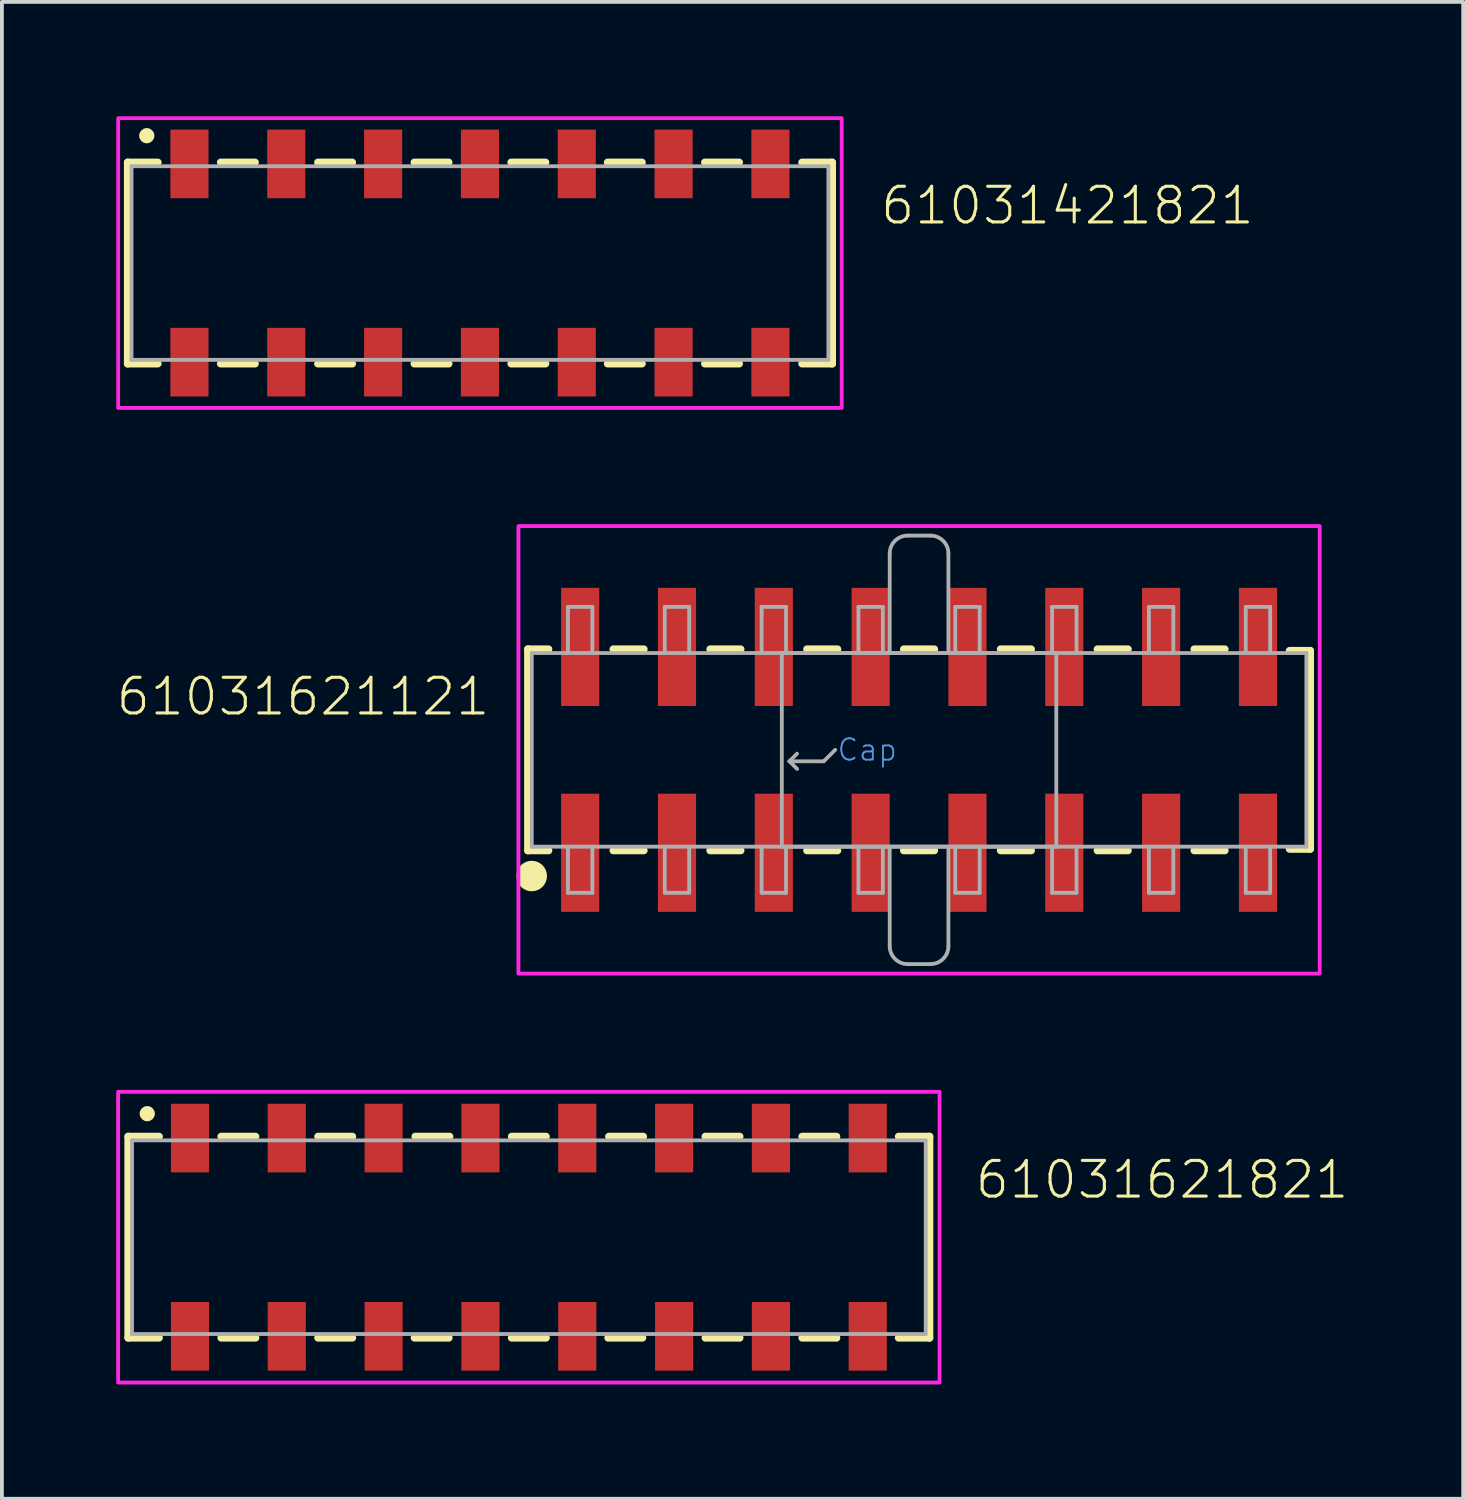
<source format=kicad_pcb>
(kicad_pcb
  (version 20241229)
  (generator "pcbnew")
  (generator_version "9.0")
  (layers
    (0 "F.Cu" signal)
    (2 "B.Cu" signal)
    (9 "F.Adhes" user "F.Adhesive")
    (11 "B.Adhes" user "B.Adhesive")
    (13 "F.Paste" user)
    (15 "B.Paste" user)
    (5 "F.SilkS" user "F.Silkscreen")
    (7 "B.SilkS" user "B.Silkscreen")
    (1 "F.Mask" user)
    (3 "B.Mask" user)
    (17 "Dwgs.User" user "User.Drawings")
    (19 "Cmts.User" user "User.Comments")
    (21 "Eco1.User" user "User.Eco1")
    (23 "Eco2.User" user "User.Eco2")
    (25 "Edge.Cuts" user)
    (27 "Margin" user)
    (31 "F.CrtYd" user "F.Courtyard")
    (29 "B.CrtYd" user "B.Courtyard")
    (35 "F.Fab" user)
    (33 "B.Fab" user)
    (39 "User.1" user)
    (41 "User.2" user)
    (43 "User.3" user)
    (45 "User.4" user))
  (footprint "61031421821"
    (layer "F.Cu")
    (at 9.54 3.85)
    (property "Reference" "61031421821" (at 10.46 -0.96 0) (unlocked yes) (layer "F.SilkS") (effects (font (size 0.935 0.935) (thickness 0.081)) (justify left bottom)))
    (fp_line (start -9.24 -2.64) (end -9.24 2.64) (stroke (width 0.2) (type solid)) (layer "F.SilkS"))
    (fp_line (start -8.45 -2.64) (end -9.24 -2.64) (stroke (width 0.2) (type solid)) (layer "F.SilkS"))
    (fp_line (start -8.45 2.64) (end -9.24 2.64) (stroke (width 0.2) (type solid)) (layer "F.SilkS"))
    (fp_line (start -6.8 -2.64) (end -5.9 -2.64) (stroke (width 0.2) (type solid)) (layer "F.SilkS"))
    (fp_line (start -5.9 2.64) (end -6.8 2.64) (stroke (width 0.2) (type solid)) (layer "F.SilkS"))
    (fp_line (start -4.25 -2.64) (end -3.35 -2.64) (stroke (width 0.2) (type solid)) (layer "F.SilkS"))
    (fp_line (start -4.25 2.64) (end -3.35 2.64) (stroke (width 0.2) (type solid)) (layer "F.SilkS"))
    (fp_line (start -1.72 -2.64) (end -0.82 -2.64) (stroke (width 0.2) (type solid)) (layer "F.SilkS"))
    (fp_line (start -1.72 2.64) (end -0.82 2.64) (stroke (width 0.2) (type solid)) (layer "F.SilkS"))
    (fp_line (start 1.72 -2.64) (end 0.82 -2.64) (stroke (width 0.2) (type solid)) (layer "F.SilkS"))
    (fp_line (start 1.72 2.64) (end 0.82 2.64) (stroke (width 0.2) (type solid)) (layer "F.SilkS"))
    (fp_line (start 4.25 -2.64) (end 3.35 -2.64) (stroke (width 0.2) (type solid)) (layer "F.SilkS"))
    (fp_line (start 4.25 2.64) (end 3.35 2.64) (stroke (width 0.2) (type solid)) (layer "F.SilkS"))
    (fp_line (start 5.9 -2.64) (end 6.8 -2.64) (stroke (width 0.2) (type solid)) (layer "F.SilkS"))
    (fp_line (start 6.8 2.64) (end 5.9 2.64) (stroke (width 0.2) (type solid)) (layer "F.SilkS"))
    (fp_line (start 8.45 -2.64) (end 9.24 -2.64) (stroke (width 0.2) (type solid)) (layer "F.SilkS"))
    (fp_line (start 8.45 2.64) (end 9.24 2.64) (stroke (width 0.2) (type solid)) (layer "F.SilkS"))
    (fp_line (start 9.24 2.64) (end 9.24 -2.64) (stroke (width 0.2) (type solid)) (layer "F.SilkS"))
    (fp_circle (center -8.74 -3.34) (end -8.64 -3.34) (stroke (width 0.2) (type solid)) (fill no) (layer "F.SilkS"))
    (fp_poly (pts (xy 9.49 3.8) (xy -9.49 3.8) (xy -9.49 -3.8) (xy 9.49 -3.8)) (stroke (width 0.1) (type default)) (fill no) (layer "F.CrtYd"))
    (fp_line (start -9.14 -2.54) (end -9.14 2.54) (stroke (width 0.1) (type solid)) (layer "F.Fab"))
    (fp_line (start -9.14 2.54) (end 9.14 2.54) (stroke (width 0.1) (type solid)) (layer "F.Fab"))
    (fp_line (start 9.14 -2.54) (end -9.14 -2.54) (stroke (width 0.1) (type solid)) (layer "F.Fab"))
    (fp_line (start 9.14 2.54) (end 9.14 -2.54) (stroke (width 0.1) (type solid)) (layer "F.Fab"))
    (pad "1" smd rect (at -7.62 -2.6) (size 1 1.8) (layers "F.Cu" "F.Mask" "F.Paste"))
    (pad "2" smd rect (at -7.62 2.6) (size 1 1.8) (layers "F.Cu" "F.Mask" "F.Paste"))
    (pad "3" smd rect (at -5.08 -2.6) (size 1 1.8) (layers "F.Cu" "F.Mask" "F.Paste"))
    (pad "4" smd rect (at -5.08 2.6) (size 1 1.8) (layers "F.Cu" "F.Mask" "F.Paste"))
    (pad "5" smd rect (at -2.54 -2.6) (size 1 1.8) (layers "F.Cu" "F.Mask" "F.Paste"))
    (pad "6" smd rect (at -2.54 2.6) (size 1 1.8) (layers "F.Cu" "F.Mask" "F.Paste"))
    (pad "7" smd rect (at 0 -2.6) (size 1 1.8) (layers "F.Cu" "F.Mask" "F.Paste"))
    (pad "8" smd rect (at 0 2.6) (size 1 1.8) (layers "F.Cu" "F.Mask" "F.Paste"))
    (pad "9" smd rect (at 2.54 -2.6) (size 1 1.8) (layers "F.Cu" "F.Mask" "F.Paste"))
    (pad "10" smd rect (at 2.54 2.6) (size 1 1.8) (layers "F.Cu" "F.Mask" "F.Paste"))
    (pad "11" smd rect (at 5.08 -2.6) (size 1 1.8) (layers "F.Cu" "F.Mask" "F.Paste"))
    (pad "12" smd rect (at 5.08 2.6) (size 1 1.8) (layers "F.Cu" "F.Mask" "F.Paste"))
    (pad "13" smd rect (at 7.62 -2.6) (size 1 1.8) (layers "F.Cu" "F.Mask" "F.Paste"))
    (pad "14" smd rect (at 7.62 2.6) (size 1 1.8) (layers "F.Cu" "F.Mask" "F.Paste")))
  (footprint "61031621821"
    (layer "F.Cu")
    (at 10.823 29.404)
    (property "Reference" "61031621821" (at 11.66 -0.96 0) (unlocked yes) (layer "F.SilkS") (effects (font (size 0.935 0.935) (thickness 0.081)) (justify left bottom)))
    (fp_line (start -10.51 -2.64) (end -10.51 2.64) (stroke (width 0.2) (type solid)) (layer "F.SilkS"))
    (fp_line (start -9.7 -2.64) (end -10.51 -2.64) (stroke (width 0.2) (type solid)) (layer "F.SilkS"))
    (fp_line (start -9.7 2.64) (end -10.51 2.64) (stroke (width 0.2) (type solid)) (layer "F.SilkS"))
    (fp_line (start -8.07 -2.64) (end -7.17 -2.64) (stroke (width 0.2) (type solid)) (layer "F.SilkS"))
    (fp_line (start -8.07 2.64) (end -7.17 2.64) (stroke (width 0.2) (type solid)) (layer "F.SilkS"))
    (fp_line (start -5.53 -2.64) (end -4.63 -2.64) (stroke (width 0.2) (type solid)) (layer "F.SilkS"))
    (fp_line (start -5.53 2.64) (end -4.63 2.64) (stroke (width 0.2) (type solid)) (layer "F.SilkS"))
    (fp_line (start -3 2.64) (end -2.1 2.64) (stroke (width 0.2) (type solid)) (layer "F.SilkS"))
    (fp_line (start -2.98 -2.64) (end -2.08 -2.64) (stroke (width 0.2) (type solid)) (layer "F.SilkS"))
    (fp_line (start -0.45 -2.64) (end 0.45 -2.64) (stroke (width 0.2) (type solid)) (layer "F.SilkS"))
    (fp_line (start 0.45 2.64) (end -0.45 2.64) (stroke (width 0.2) (type solid)) (layer "F.SilkS"))
    (fp_line (start 2.98 2.64) (end 2.08 2.64) (stroke (width 0.2) (type solid)) (layer "F.SilkS"))
    (fp_line (start 3 -2.64) (end 2.1 -2.64) (stroke (width 0.2) (type solid)) (layer "F.SilkS"))
    (fp_line (start 5.53 -2.64) (end 4.63 -2.64) (stroke (width 0.2) (type solid)) (layer "F.SilkS"))
    (fp_line (start 5.53 2.64) (end 4.63 2.64) (stroke (width 0.2) (type solid)) (layer "F.SilkS"))
    (fp_line (start 8.07 -2.64) (end 7.17 -2.64) (stroke (width 0.2) (type solid)) (layer "F.SilkS"))
    (fp_line (start 8.07 2.64) (end 7.17 2.64) (stroke (width 0.2) (type solid)) (layer "F.SilkS"))
    (fp_line (start 9.7 -2.64) (end 10.51 -2.64) (stroke (width 0.2) (type solid)) (layer "F.SilkS"))
    (fp_line (start 9.7 2.64) (end 10.51 2.64) (stroke (width 0.2) (type solid)) (layer "F.SilkS"))
    (fp_line (start 10.51 2.64) (end 10.51 -2.64) (stroke (width 0.2) (type solid)) (layer "F.SilkS"))
    (fp_circle (center -10.01 -3.24) (end -9.91 -3.24) (stroke (width 0.2) (type solid)) (fill no) (layer "F.SilkS"))
    (fp_poly (pts (xy 10.774 3.813) (xy -10.774 3.813) (xy -10.774 -3.813) (xy 10.774 -3.813)) (stroke (width 0.1) (type default)) (fill no) (layer "F.CrtYd"))
    (fp_line (start -10.41 -2.54) (end -10.41 2.54) (stroke (width 0.1) (type solid)) (layer "F.Fab"))
    (fp_line (start -10.41 2.54) (end 10.41 2.54) (stroke (width 0.1) (type solid)) (layer "F.Fab"))
    (fp_line (start 10.41 -2.54) (end -10.41 -2.54) (stroke (width 0.1) (type solid)) (layer "F.Fab"))
    (fp_line (start 10.41 2.54) (end 10.41 -2.54) (stroke (width 0.1) (type solid)) (layer "F.Fab"))
    (pad "1" smd rect (at -8.89 -2.6) (size 1 1.8) (layers "F.Cu" "F.Mask" "F.Paste"))
    (pad "2" smd rect (at -8.89 2.6) (size 1 1.8) (layers "F.Cu" "F.Mask" "F.Paste"))
    (pad "3" smd rect (at -6.35 -2.6) (size 1 1.8) (layers "F.Cu" "F.Mask" "F.Paste"))
    (pad "4" smd rect (at -6.35 2.6) (size 1 1.8) (layers "F.Cu" "F.Mask" "F.Paste"))
    (pad "5" smd rect (at -3.81 -2.6) (size 1 1.8) (layers "F.Cu" "F.Mask" "F.Paste"))
    (pad "6" smd rect (at -3.81 2.6) (size 1 1.8) (layers "F.Cu" "F.Mask" "F.Paste"))
    (pad "7" smd rect (at -1.27 -2.6) (size 1 1.8) (layers "F.Cu" "F.Mask" "F.Paste"))
    (pad "8" smd rect (at -1.27 2.6) (size 1 1.8) (layers "F.Cu" "F.Mask" "F.Paste"))
    (pad "9" smd rect (at 1.27 -2.6) (size 1 1.8) (layers "F.Cu" "F.Mask" "F.Paste"))
    (pad "10" smd rect (at 1.27 2.6) (size 1 1.8) (layers "F.Cu" "F.Mask" "F.Paste"))
    (pad "11" smd rect (at 3.81 -2.6) (size 1 1.8) (layers "F.Cu" "F.Mask" "F.Paste"))
    (pad "12" smd rect (at 3.81 2.6) (size 1 1.8) (layers "F.Cu" "F.Mask" "F.Paste"))
    (pad "13" smd rect (at 6.35 -2.6) (size 1 1.8) (layers "F.Cu" "F.Mask" "F.Paste"))
    (pad "14" smd rect (at 6.35 2.6) (size 1 1.8) (layers "F.Cu" "F.Mask" "F.Paste"))
    (pad "15" smd rect (at 8.89 -2.6) (size 1 1.8) (layers "F.Cu" "F.Mask" "F.Paste"))
    (pad "16" smd rect (at 8.89 2.6) (size 1 1.8) (layers "F.Cu" "F.Mask" "F.Paste")))
  (footprint "61031621121"
    (layer "F.Cu")
    (at 21.059 16.62)
    (property "Reference" "61031621121" (at -11.21 -0.85 0) (unlocked yes) (layer "F.SilkS") (effects (font (size 0.935 0.935) (thickness 0.081)) (justify right bottom)))
    (fp_line (start -10.26 -2.64) (end -10.26 2.64) (stroke (width 0.2) (type solid)) (layer "F.SilkS"))
    (fp_line (start -10.26 2.64) (end -9.72 2.64) (stroke (width 0.2) (type solid)) (layer "F.SilkS"))
    (fp_line (start -9.72 -2.64) (end -10.26 -2.64) (stroke (width 0.2) (type solid)) (layer "F.SilkS"))
    (fp_line (start -8.02 2.64) (end -7.22 2.64) (stroke (width 0.2) (type solid)) (layer "F.SilkS"))
    (fp_line (start -7.22 -2.64) (end -8.02 -2.64) (stroke (width 0.2) (type solid)) (layer "F.SilkS"))
    (fp_line (start -5.48 2.64) (end -4.68 2.64) (stroke (width 0.2) (type solid)) (layer "F.SilkS"))
    (fp_line (start -4.68 -2.64) (end -5.48 -2.64) (stroke (width 0.2) (type solid)) (layer "F.SilkS"))
    (fp_line (start -2.94 2.64) (end -2.14 2.64) (stroke (width 0.2) (type solid)) (layer "F.SilkS"))
    (fp_line (start -2.14 -2.64) (end -2.94 -2.64) (stroke (width 0.2) (type solid)) (layer "F.SilkS"))
    (fp_line (start -0.4 2.64) (end 0.4 2.64) (stroke (width 0.2) (type solid)) (layer "F.SilkS"))
    (fp_line (start 0.4 -2.64) (end -0.4 -2.64) (stroke (width 0.2) (type solid)) (layer "F.SilkS"))
    (fp_line (start 2.14 2.64) (end 2.94 2.64) (stroke (width 0.2) (type solid)) (layer "F.SilkS"))
    (fp_line (start 2.94 -2.64) (end 2.14 -2.64) (stroke (width 0.2) (type solid)) (layer "F.SilkS"))
    (fp_line (start 4.68 2.64) (end 5.48 2.64) (stroke (width 0.2) (type solid)) (layer "F.SilkS"))
    (fp_line (start 5.48 -2.64) (end 4.68 -2.64) (stroke (width 0.2) (type solid)) (layer "F.SilkS"))
    (fp_line (start 7.22 2.64) (end 8.02 2.64) (stroke (width 0.2) (type solid)) (layer "F.SilkS"))
    (fp_line (start 8.02 -2.64) (end 7.22 -2.64) (stroke (width 0.2) (type solid)) (layer "F.SilkS"))
    (fp_line (start 9.72 -2.6) (end 10.26 -2.6) (stroke (width 0.2) (type solid)) (layer "F.SilkS"))
    (fp_line (start 10.26 -2.6) (end 10.26 2.6) (stroke (width 0.2) (type solid)) (layer "F.SilkS"))
    (fp_line (start 10.26 2.6) (end 9.72 2.6) (stroke (width 0.2) (type solid)) (layer "F.SilkS"))
    (fp_circle (center -10.16 3.31) (end -9.96 3.31) (stroke (width 0.4) (type solid)) (fill no) (layer "F.SilkS"))
    (fp_poly (pts (xy 10.51 5.87) (xy -10.51 5.87) (xy -10.51 -5.87) (xy 10.51 -5.87)) (stroke (width 0.1) (type default)) (fill no) (layer "F.CrtYd"))
    (fp_line (start -10.16 -2.54) (end -10.16 2.54) (stroke (width 0.1) (type solid)) (layer "F.Fab"))
    (fp_line (start -10.16 2.54) (end 10.16 2.54) (stroke (width 0.1) (type solid)) (layer "F.Fab"))
    (fp_line (start -9.21 -3.75) (end -8.57 -3.75) (stroke (width 0.1) (type solid)) (layer "F.Fab"))
    (fp_line (start -9.21 -2.54) (end -10.16 -2.54) (stroke (width 0.1) (type solid)) (layer "F.Fab"))
    (fp_line (start -9.21 -2.54) (end -9.21 -3.75) (stroke (width 0.1) (type solid)) (layer "F.Fab"))
    (fp_line (start -9.21 3.75) (end -9.21 2.54) (stroke (width 0.1) (type solid)) (layer "F.Fab"))
    (fp_line (start -8.57 -3.75) (end -8.57 -2.54) (stroke (width 0.1) (type solid)) (layer "F.Fab"))
    (fp_line (start -8.57 -2.54) (end -9.21 -2.54) (stroke (width 0.1) (type solid)) (layer "F.Fab"))
    (fp_line (start -8.57 2.54) (end -8.57 3.75) (stroke (width 0.1) (type solid)) (layer "F.Fab"))
    (fp_line (start -8.57 3.75) (end -9.21 3.75) (stroke (width 0.1) (type solid)) (layer "F.Fab"))
    (fp_line (start -6.67 -3.75) (end -6.03 -3.75) (stroke (width 0.1) (type solid)) (layer "F.Fab"))
    (fp_line (start -6.67 -2.54) (end -6.67 -3.75) (stroke (width 0.1) (type solid)) (layer "F.Fab"))
    (fp_line (start -6.67 3.75) (end -6.67 2.54) (stroke (width 0.1) (type solid)) (layer "F.Fab"))
    (fp_line (start -6.03 -3.75) (end -6.03 -2.54) (stroke (width 0.1) (type solid)) (layer "F.Fab"))
    (fp_line (start -6.03 2.54) (end -6.03 3.75) (stroke (width 0.1) (type solid)) (layer "F.Fab"))
    (fp_line (start -6.03 3.75) (end -6.67 3.75) (stroke (width 0.1) (type solid)) (layer "F.Fab"))
    (fp_line (start -4.13 -3.75) (end -3.49 -3.75) (stroke (width 0.1) (type solid)) (layer "F.Fab"))
    (fp_line (start -4.13 -2.54) (end -4.13 -3.75) (stroke (width 0.1) (type solid)) (layer "F.Fab"))
    (fp_line (start -4.13 3.75) (end -4.13 2.54) (stroke (width 0.1) (type solid)) (layer "F.Fab"))
    (fp_line (start -3.6 -2.54) (end -0.77 -2.54) (stroke (width 0.1) (type solid)) (layer "F.Fab"))
    (fp_line (start -3.6 2.54) (end -3.6 -2.54) (stroke (width 0.1) (type solid)) (layer "F.Fab"))
    (fp_line (start -3.49 -3.75) (end -3.49 -2.54) (stroke (width 0.1) (type solid)) (layer "F.Fab"))
    (fp_line (start -3.49 2.54) (end -3.49 3.75) (stroke (width 0.1) (type solid)) (layer "F.Fab"))
    (fp_line (start -3.49 3.75) (end -4.13 3.75) (stroke (width 0.1) (type solid)) (layer "F.Fab"))
    (fp_line (start -3.4 0.3) (end -3.2 0.1) (stroke (width 0.1) (type solid)) (layer "F.Fab"))
    (fp_line (start -3.4 0.3) (end -3.2 0.5) (stroke (width 0.1) (type solid)) (layer "F.Fab"))
    (fp_line (start -2.5 0.3) (end -3.4 0.3) (stroke (width 0.1) (type solid)) (layer "F.Fab"))
    (fp_line (start -2.2 0) (end -2.5 0.3) (stroke (width 0.1) (type solid)) (layer "F.Fab"))
    (fp_line (start -1.59 -3.75) (end -0.95 -3.75) (stroke (width 0.1) (type solid)) (layer "F.Fab"))
    (fp_line (start -1.59 -2.54) (end -1.59 -3.75) (stroke (width 0.1) (type solid)) (layer "F.Fab"))
    (fp_line (start -1.59 3.75) (end -1.59 2.54) (stroke (width 0.1) (type solid)) (layer "F.Fab"))
    (fp_line (start -0.95 -3.75) (end -0.95 -2.54) (stroke (width 0.1) (type solid)) (layer "F.Fab"))
    (fp_line (start -0.95 2.54) (end -0.95 3.75) (stroke (width 0.1) (type solid)) (layer "F.Fab"))
    (fp_line (start -0.95 3.75) (end -1.59 3.75) (stroke (width 0.1) (type solid)) (layer "F.Fab"))
    (fp_line (start -0.77 -2.54) (end -0.77 -5.15) (stroke (width 0.1) (type solid)) (layer "F.Fab"))
    (fp_line (start -0.77 -2.54) (end 0.77 -2.54) (stroke (width 0.1) (type solid)) (layer "F.Fab"))
    (fp_line (start -0.77 5.15) (end -0.77 2.54) (stroke (width 0.1) (type solid)) (layer "F.Fab"))
    (fp_line (start -0.3 -5.62) (end 0.3 -5.62) (stroke (width 0.1) (type solid)) (layer "F.Fab"))
    (fp_line (start 0.3 5.62) (end -0.3 5.62) (stroke (width 0.1) (type solid)) (layer "F.Fab"))
    (fp_line (start 0.77 -5.15) (end 0.77 -2.54) (stroke (width 0.1) (type solid)) (layer "F.Fab"))
    (fp_line (start 0.77 -2.54) (end 3.6 -2.54) (stroke (width 0.1) (type solid)) (layer "F.Fab"))
    (fp_line (start 0.77 2.54) (end 0.77 5.15) (stroke (width 0.1) (type solid)) (layer "F.Fab"))
    (fp_line (start 0.95 -3.75) (end 1.59 -3.75) (stroke (width 0.1) (type solid)) (layer "F.Fab"))
    (fp_line (start 0.95 -2.54) (end 0.95 -3.75) (stroke (width 0.1) (type solid)) (layer "F.Fab"))
    (fp_line (start 0.95 3.75) (end 0.95 2.54) (stroke (width 0.1) (type solid)) (layer "F.Fab"))
    (fp_line (start 1.59 -3.75) (end 1.59 -2.54) (stroke (width 0.1) (type solid)) (layer "F.Fab"))
    (fp_line (start 1.59 2.54) (end 1.59 3.75) (stroke (width 0.1) (type solid)) (layer "F.Fab"))
    (fp_line (start 1.59 3.75) (end 0.95 3.75) (stroke (width 0.1) (type solid)) (layer "F.Fab"))
    (fp_line (start 3.49 -3.75) (end 4.13 -3.75) (stroke (width 0.1) (type solid)) (layer "F.Fab"))
    (fp_line (start 3.49 -2.54) (end 3.49 -3.75) (stroke (width 0.1) (type solid)) (layer "F.Fab"))
    (fp_line (start 3.49 3.75) (end 3.49 2.54) (stroke (width 0.1) (type solid)) (layer "F.Fab"))
    (fp_line (start 3.6 -2.54) (end 3.6 2.54) (stroke (width 0.1) (type solid)) (layer "F.Fab"))
    (fp_line (start 3.6 2.54) (end -3.6 2.54) (stroke (width 0.1) (type solid)) (layer "F.Fab"))
    (fp_line (start 4.13 -3.75) (end 4.13 -2.54) (stroke (width 0.1) (type solid)) (layer "F.Fab"))
    (fp_line (start 4.13 2.54) (end 4.13 3.75) (stroke (width 0.1) (type solid)) (layer "F.Fab"))
    (fp_line (start 4.13 3.75) (end 3.49 3.75) (stroke (width 0.1) (type solid)) (layer "F.Fab"))
    (fp_line (start 6.03 -3.75) (end 6.67 -3.75) (stroke (width 0.1) (type solid)) (layer "F.Fab"))
    (fp_line (start 6.03 -2.54) (end 6.03 -3.75) (stroke (width 0.1) (type solid)) (layer "F.Fab"))
    (fp_line (start 6.03 3.75) (end 6.03 2.54) (stroke (width 0.1) (type solid)) (layer "F.Fab"))
    (fp_line (start 6.67 -3.75) (end 6.67 -2.54) (stroke (width 0.1) (type solid)) (layer "F.Fab"))
    (fp_line (start 6.67 2.54) (end 6.67 3.75) (stroke (width 0.1) (type solid)) (layer "F.Fab"))
    (fp_line (start 6.67 3.75) (end 6.03 3.75) (stroke (width 0.1) (type solid)) (layer "F.Fab"))
    (fp_line (start 8.57 -3.75) (end 9.21 -3.75) (stroke (width 0.1) (type solid)) (layer "F.Fab"))
    (fp_line (start 8.57 -2.54) (end 8.57 -3.75) (stroke (width 0.1) (type solid)) (layer "F.Fab"))
    (fp_line (start 8.57 3.75) (end 8.57 2.54) (stroke (width 0.1) (type solid)) (layer "F.Fab"))
    (fp_line (start 9.21 -3.75) (end 9.21 -2.54) (stroke (width 0.1) (type solid)) (layer "F.Fab"))
    (fp_line (start 9.21 2.54) (end 9.21 3.75) (stroke (width 0.1) (type solid)) (layer "F.Fab"))
    (fp_line (start 9.21 3.75) (end 8.57 3.75) (stroke (width 0.1) (type solid)) (layer "F.Fab"))
    (fp_line (start 10.16 -2.54) (end -8.57 -2.54) (stroke (width 0.1) (type solid)) (layer "F.Fab"))
    (fp_line (start 10.16 2.54) (end 10.16 -2.54) (stroke (width 0.1) (type solid)) (layer "F.Fab"))
    (fp_arc (start -0.77 -5.15) (mid -0.63234 -5.48234) (end -0.3 -5.62) (stroke (width 0.1) (type solid)) (layer "F.Fab"))
    (fp_arc (start -0.3 5.62) (mid -0.63234 5.48234) (end -0.77 5.15) (stroke (width 0.1) (type solid)) (layer "F.Fab"))
    (fp_arc (start 0.3 -5.62) (mid 0.63234 -5.48234) (end 0.77 -5.15) (stroke (width 0.1) (type solid)) (layer "F.Fab"))
    (fp_arc (start 0.77 5.15) (mid 0.63234 5.48234) (end 0.3 5.62) (stroke (width 0.1) (type solid)) (layer "F.Fab"))
    (fp_text user "Cap" (at -1.36 0 0) (unlocked yes) (layer "Cmts.User") (effects (font (size 0.561 0.561) (thickness 0.049))))
    (pad "1" smd rect (at -8.89 2.7 90) (size 3.1 1) (layers "F.Cu" "F.Mask" "F.Paste"))
    (pad "2" smd rect (at -8.89 -2.7 90) (size 3.1 1) (layers "F.Cu" "F.Mask" "F.Paste"))
    (pad "3" smd rect (at -6.35 2.7 90) (size 3.1 1) (layers "F.Cu" "F.Mask" "F.Paste"))
    (pad "4" smd rect (at -6.35 -2.7 90) (size 3.1 1) (layers "F.Cu" "F.Mask" "F.Paste"))
    (pad "5" smd rect (at -3.81 2.7 90) (size 3.1 1) (layers "F.Cu" "F.Mask" "F.Paste"))
    (pad "6" smd rect (at -3.81 -2.7 90) (size 3.1 1) (layers "F.Cu" "F.Mask" "F.Paste"))
    (pad "7" smd rect (at -1.27 2.7 90) (size 3.1 1) (layers "F.Cu" "F.Mask" "F.Paste"))
    (pad "8" smd rect (at -1.27 -2.7 90) (size 3.1 1) (layers "F.Cu" "F.Mask" "F.Paste"))
    (pad "9" smd rect (at 1.27 2.7 90) (size 3.1 1) (layers "F.Cu" "F.Mask" "F.Paste"))
    (pad "10" smd rect (at 1.27 -2.7 90) (size 3.1 1) (layers "F.Cu" "F.Mask" "F.Paste"))
    (pad "11" smd rect (at 3.81 2.7 90) (size 3.1 1) (layers "F.Cu" "F.Mask" "F.Paste"))
    (pad "12" smd rect (at 3.81 -2.7 90) (size 3.1 1) (layers "F.Cu" "F.Mask" "F.Paste"))
    (pad "13" smd rect (at 6.35 2.7 90) (size 3.1 1) (layers "F.Cu" "F.Mask" "F.Paste"))
    (pad "14" smd rect (at 6.35 -2.7 90) (size 3.1 1) (layers "F.Cu" "F.Mask" "F.Paste"))
    (pad "15" smd rect (at 8.89 2.7 90) (size 3.1 1) (layers "F.Cu" "F.Mask" "F.Paste"))
    (pad "16" smd rect (at 8.89 -2.7 90) (size 3.1 1) (layers "F.Cu" "F.Mask" "F.Paste")))
  (gr_rect
    (start -3 -3)
    (end 35.333 36.267)
    (stroke (width 0.1) (type default))
    (fill no)
    (layer "Edge.Cuts")))
</source>
